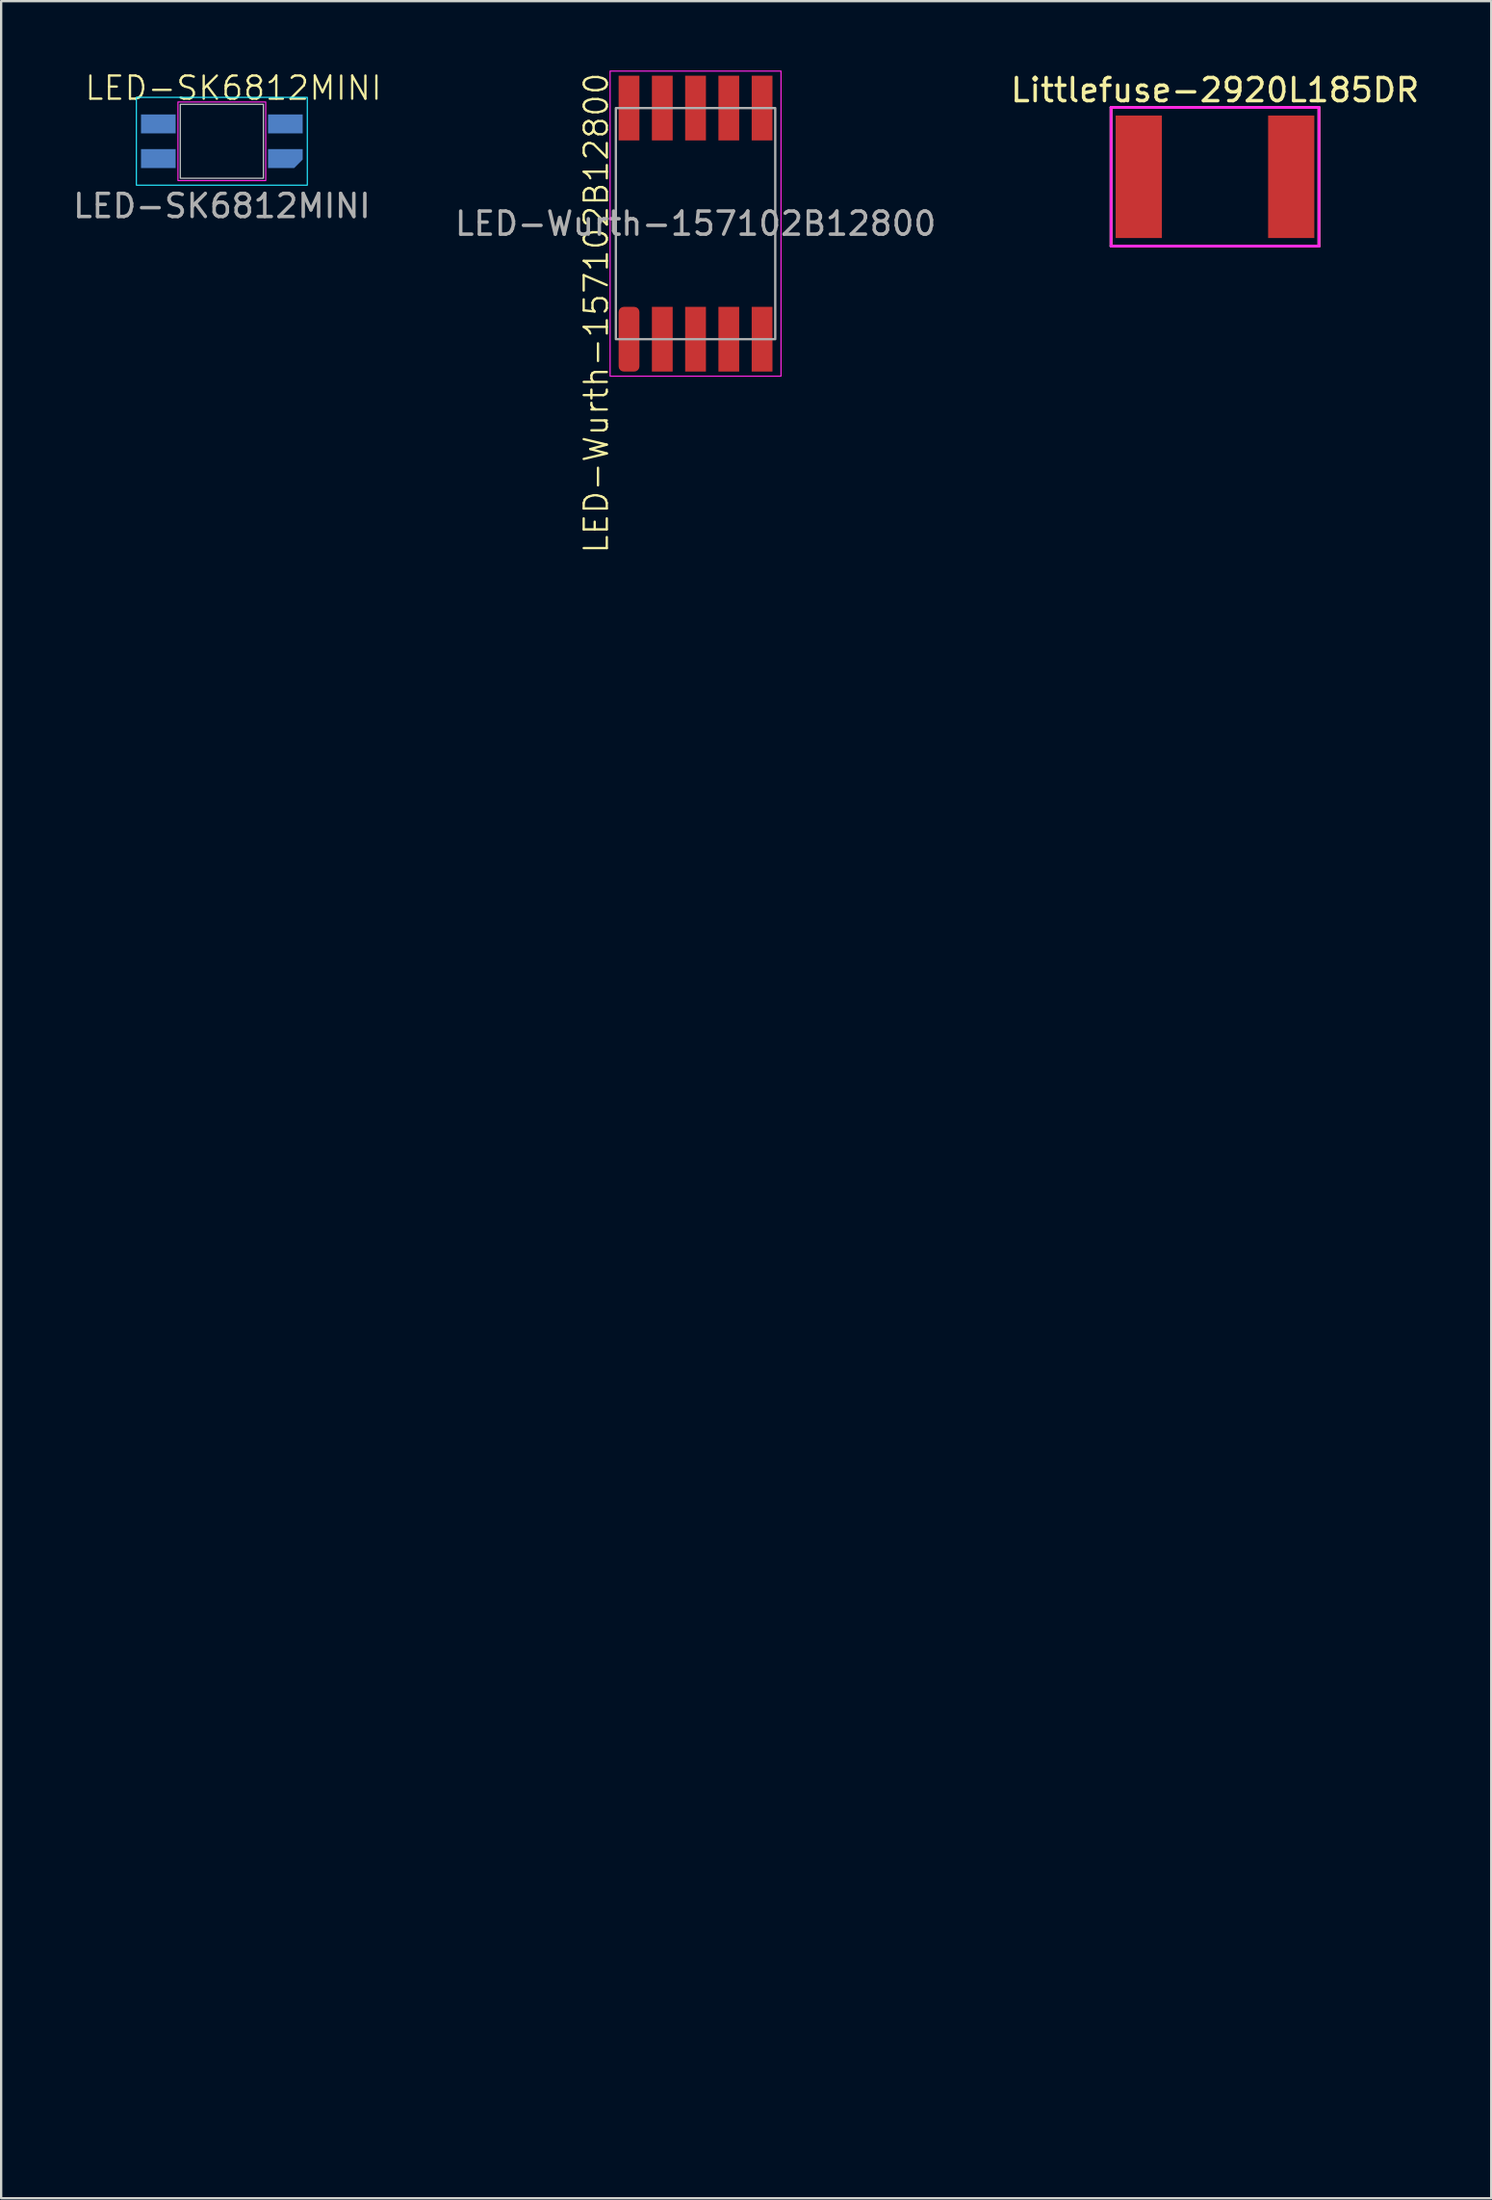
<source format=kicad_pcb>
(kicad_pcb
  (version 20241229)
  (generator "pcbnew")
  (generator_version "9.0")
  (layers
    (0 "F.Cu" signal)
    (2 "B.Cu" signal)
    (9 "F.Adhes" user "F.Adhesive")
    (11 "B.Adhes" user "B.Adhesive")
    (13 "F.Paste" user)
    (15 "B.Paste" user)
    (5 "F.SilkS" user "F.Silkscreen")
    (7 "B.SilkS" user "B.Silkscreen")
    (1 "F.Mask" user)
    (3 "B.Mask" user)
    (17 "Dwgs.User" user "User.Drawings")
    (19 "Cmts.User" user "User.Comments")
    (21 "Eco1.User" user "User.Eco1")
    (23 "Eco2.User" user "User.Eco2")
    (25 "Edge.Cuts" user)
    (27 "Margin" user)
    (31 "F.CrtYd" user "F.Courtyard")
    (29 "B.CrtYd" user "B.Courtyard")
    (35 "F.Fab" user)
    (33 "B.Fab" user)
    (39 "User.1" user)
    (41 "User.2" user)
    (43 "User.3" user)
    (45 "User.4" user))
  (footprint "LED-Wurth-157102B12800"
    (layer "F.Cu")
    (at 27.062 6.625)
    (property "Reference" "LED-Wurth-157102B12800" (at -4.3 -6.6 90) (unlocked yes) (layer "F.SilkS") (effects (font (size 1 1) (thickness 0.1)) (justify right)))
    (attr smd)
    (fp_rect (start -3.7 -6.6) (end 3.7 6.6) (stroke (width 0.05) (type default)) (fill no) (layer "F.CrtYd"))
    (fp_rect (start -3.45 -5) (end 3.45 5) (stroke (width 0.1) (type default)) (fill no) (layer "F.Fab"))
    (fp_text user "${REFERENCE}" (at 0 0 0) (unlocked yes) (layer "F.Fab") (effects (font (size 1 1) (thickness 0.15))))
    (pad "1" smd roundrect (at -2.88 5) (size 0.9 2.8) (layers "F.Cu" "F.Mask" "F.Paste") (roundrect_rratio 0.25))
    (pad "2" smd rect (at -1.44 5) (size 0.9 2.8) (layers "F.Cu" "F.Mask" "F.Paste"))
    (pad "3" smd rect (at 0 5) (size 0.9 2.8) (layers "F.Cu" "F.Mask" "F.Paste"))
    (pad "4" smd rect (at 1.44 5) (size 0.9 2.8) (layers "F.Cu" "F.Mask" "F.Paste"))
    (pad "5" smd rect (at 2.88 5) (size 0.9 2.8) (layers "F.Cu" "F.Mask" "F.Paste"))
    (pad "6" smd rect (at 2.88 -5) (size 0.9 2.8) (layers "F.Cu" "F.Mask" "F.Paste"))
    (pad "7" smd rect (at 1.44 -5) (size 0.9 2.8) (layers "F.Cu" "F.Mask" "F.Paste"))
    (pad "8" smd rect (at 0 -5) (size 0.9 2.8) (layers "F.Cu" "F.Mask" "F.Paste"))
    (pad "9" smd rect (at -1.44 -5) (size 0.9 2.8) (layers "F.Cu" "F.Mask" "F.Paste"))
    (pad "10" smd rect (at -2.88 -5) (size 0.9 2.8) (layers "F.Cu" "F.Mask" "F.Paste")))
  (footprint "Littlefuse-2920L185DR"
    (layer "F.Cu")
    (at 49.55 4.598)
    (property "Reference" "Littlefuse-2920L185DR" (at 0 -3.75 0) (layer "F.SilkS") (effects (font (size 1 1) (thickness 0.15))))
    (attr through_hole)
    (fp_line (start -4.5 -3) (end -4.5 3) (stroke (width 0.12) (type solid)) (layer "F.SilkS"))
    (fp_line (start -4.5 3) (end 4.5 3) (stroke (width 0.12) (type solid)) (layer "F.SilkS"))
    (fp_line (start 4.5 -3) (end -4.5 -3) (stroke (width 0.12) (type solid)) (layer "F.SilkS"))
    (fp_line (start 4.5 3) (end 4.5 -3) (stroke (width 0.12) (type solid)) (layer "F.SilkS"))
    (fp_line (start -4.5 -3) (end 4.5 -3) (stroke (width 0.12) (type solid)) (layer "F.CrtYd"))
    (fp_line (start -4.5 3) (end -4.5 -3) (stroke (width 0.12) (type solid)) (layer "F.CrtYd"))
    (fp_line (start 4.5 -3) (end 4.5 3) (stroke (width 0.12) (type solid)) (layer "F.CrtYd"))
    (fp_line (start 4.5 3) (end -4.5 3) (stroke (width 0.12) (type solid)) (layer "F.CrtYd"))
    (pad "1" smd rect (at -2.3 0) (size 2 5.3) (drill (offset -1 0)) (layers "F.Cu" "F.Mask" "F.Paste"))
    (pad "2" smd rect (at 2.3 0) (size 2 5.3) (drill (offset 1 0)) (layers "F.Cu" "F.Mask" "F.Paste")))
  (footprint "LED-SK6812MINI"
    (layer "F.Cu")
    (at 6.554 3.061)
    (property "Reference" "LED-SK6812MINI" (at 0.5 -2.3 0) (unlocked yes) (layer "F.SilkS") (effects (font (size 1 1) (thickness 0.1))))
    (attr smd)
    (fp_rect (start -1.8 -1.6) (end 1.8 1.6) (stroke (width 0.05) (type default)) (fill no) (layer "Edge.Cuts"))
    (fp_rect (start -3.7 -1.9) (end 3.7 1.9) (stroke (width 0.05) (type default)) (fill no) (layer "B.CrtYd"))
    (fp_rect (start -1.9 -1.7) (end 1.9 1.7) (stroke (width 0.05) (type default)) (fill no) (layer "F.CrtYd"))
    (fp_text user "${REFERENCE}" (at 0 2.8 0) (unlocked yes) (layer "F.Fab") (effects (font (size 1 1) (thickness 0.15))))
    (pad "1" smd rect (at -2.75 -0.75) (size 1.5 0.82) (layers "B.Cu" "B.Mask" "B.Paste"))
    (pad "2" smd rect (at -2.75 0.75) (size 1.5 0.82) (layers "B.Cu" "B.Mask" "B.Paste"))
    (pad "3" smd roundrect (at 2.75 0.75) (size 1.5 0.82) (layers "B.Cu" "B.Mask" "B.Paste") (roundrect_rratio 0) (chamfer_ratio 0.45) (chamfer bottom_right))
    (pad "4" smd rect (at 2.75 -0.75) (size 1.5 0.82) (layers "B.Cu" "B.Mask" "B.Paste")))
  (footprint "Module-SOC-Raspberry_Pi_Zero_2_W"
    (layer "F.Cu")
    (at 15.06 56.495)
    (property "Reference" "Module-SOC-Raspberry_Pi_Zero_2_W" (at 4.1 -3.85 0) (unlocked yes) (layer "User.9") (effects (font (size 1 1) (thickness 0.15))))
    (fp_circle (center -7.97 23.44) (end -7.97 22.94) (stroke (width 0.12) (type default)) (fill no) (layer "User.8"))
    (fp_circle (center -7.69 -23.82) (end -7.69 -24.32) (stroke (width 0.12) (type default)) (fill no) (layer "User.8"))
    (fp_circle (center -4.55 -7.42) (end -4.55 -7.92) (stroke (width 0.12) (type default)) (fill no) (layer "User.8"))
    (fp_circle (center -4.2 -4.85) (end -4.2 -5.35) (stroke (width 0.12) (type default)) (fill no) (layer "User.8"))
    (fp_circle (center -3.98 -26.25) (end -3.98 -26.75) (stroke (width 0.12) (type default)) (fill no) (layer "User.8"))
    (fp_circle (center 3.65 -23.85) (end 3.65 -24.35) (stroke (width 0.12) (type default)) (fill no) (layer "User.8"))
    (fp_circle (center 6.2 -27.4) (end 6.2 -27.9) (stroke (width 0.12) (type default)) (fill no) (layer "User.8"))
    (fp_circle (center 7.58 7.35) (end 7.58 6.85) (stroke (width 0.12) (type default)) (fill no) (layer "User.8"))
    (fp_circle (center 8.7 -21.34) (end 8.7 -21.84) (stroke (width 0.12) (type default)) (fill no) (layer "User.8"))
    (fp_circle (center 11.31 -21.65) (end 11.31 -22.15) (stroke (width 0.12) (type default)) (fill no) (layer "User.8"))
    (fp_circle (center 11.95 16.83) (end 11.95 16.33) (stroke (width 0.12) (type default)) (fill no) (layer "User.8"))
    (fp_circle (center 12.59 -15.26) (end 12.59 -15.76) (stroke (width 0.12) (type default)) (fill no) (layer "User.8"))
    (fp_circle (center 13.08 -10) (end 13.08 -10.5) (stroke (width 0.12) (type default)) (fill no) (layer "User.8"))
    (fp_circle (center 13.08 -7.87) (end 13.08 -8.37) (stroke (width 0.12) (type default)) (fill no) (layer "User.8"))
    (fp_line (start -15 29.5) (end -15 -29.5) (stroke (width 0.12) (type default)) (layer "User.9"))
    (fp_line (start -12 -32.5) (end 12 -32.5) (stroke (width 0.12) (type default)) (layer "User.9"))
    (fp_line (start 12 32.5) (end -12 32.5) (stroke (width 0.12) (type default)) (layer "User.9"))
    (fp_line (start 15 -29.5) (end 15 29.5) (stroke (width 0.12) (type default)) (layer "User.9"))
    (fp_arc (start -15 -29.5) (mid -14.12132 -31.62132) (end -12 -32.5) (stroke (width 0.12) (type default)) (layer "User.9"))
    (fp_arc (start -12 32.5) (mid -14.12132 31.62132) (end -15 29.5) (stroke (width 0.12) (type default)) (layer "User.9"))
    (fp_arc (start 12 -32.5) (mid 14.12132 -31.62132) (end 15 -29.5) (stroke (width 0.12) (type default)) (layer "User.9"))
    (fp_arc (start 15 29.5) (mid 14.12132 31.62132) (end 12 32.5) (stroke (width 0.12) (type default)) (layer "User.9"))
    (fp_circle (center -12.77 -24.13) (end -12.67 -24.13) (stroke (width 0.12) (type default)) (fill no) (layer "User.9"))
    (fp_circle (center -12.77 -21.59) (end -12.67 -21.59) (stroke (width 0.12) (type default)) (fill no) (layer "User.9"))
    (fp_circle (center -12.77 -19.05) (end -12.67 -19.05) (stroke (width 0.12) (type default)) (fill no) (layer "User.9"))
    (fp_circle (center -12.77 -16.51) (end -12.67 -16.51) (stroke (width 0.12) (type default)) (fill no) (layer "User.9"))
    (fp_circle (center -12.77 -13.97) (end -12.67 -13.97) (stroke (width 0.12) (type default)) (fill no) (layer "User.9"))
    (fp_circle (center -12.77 -11.43) (end -12.67 -11.43) (stroke (width 0.12) (type default)) (fill no) (layer "User.9"))
    (fp_circle (center -12.77 -8.89) (end -12.67 -8.89) (stroke (width 0.12) (type default)) (fill no) (layer "User.9"))
    (fp_circle (center -12.77 -6.35) (end -12.67 -6.35) (stroke (width 0.12) (type default)) (fill no) (layer "User.9"))
    (fp_circle (center -12.77 -3.81) (end -12.67 -3.81) (stroke (width 0.12) (type default)) (fill no) (layer "User.9"))
    (fp_circle (center -12.77 -1.27) (end -12.67 -1.27) (stroke (width 0.12) (type default)) (fill no) (layer "User.9"))
    (fp_circle (center -12.77 1.27) (end -12.67 1.27) (stroke (width 0.12) (type default)) (fill no) (layer "User.9"))
    (fp_circle (center -12.77 3.81) (end -12.67 3.81) (stroke (width 0.12) (type default)) (fill no) (layer "User.9"))
    (fp_circle (center -12.77 6.35) (end -12.67 6.35) (stroke (width 0.12) (type default)) (fill no) (layer "User.9"))
    (fp_circle (center -12.77 8.89) (end -12.67 8.89) (stroke (width 0.12) (type default)) (fill no) (layer "User.9"))
    (fp_circle (center -12.77 11.43) (end -12.67 11.43) (stroke (width 0.12) (type default)) (fill no) (layer "User.9"))
    (fp_circle (center -12.77 13.97) (end -12.67 13.97) (stroke (width 0.12) (type default)) (fill no) (layer "User.9"))
    (fp_circle (center -12.77 16.51) (end -12.67 16.51) (stroke (width 0.12) (type default)) (fill no) (layer "User.9"))
    (fp_circle (center -12.77 19.05) (end -12.67 19.05) (stroke (width 0.12) (type default)) (fill no) (layer "User.9"))
    (fp_circle (center -12.77 21.59) (end -12.67 21.59) (stroke (width 0.12) (type default)) (fill no) (layer "User.9"))
    (fp_circle (center -12.77 24.13) (end -12.67 24.13) (stroke (width 0.12) (type default)) (fill no) (layer "User.9"))
    (fp_circle (center -11.5 -29) (end -10.25 -29) (stroke (width 0.12) (type default)) (fill no) (layer "User.9"))
    (fp_circle (center -11.5 0) (end -11.33 -0.05) (stroke (width 0.12) (type default)) (fill no) (layer "User.9"))
    (fp_circle (center -11.5 29) (end -10.25 29) (stroke (width 0.12) (type default)) (fill no) (layer "User.9"))
    (fp_circle (center -10.23 -24.13) (end -10.13 -24.13) (stroke (width 0.12) (type default)) (fill no) (layer "User.9"))
    (fp_circle (center -10.23 -21.59) (end -10.13 -21.59) (stroke (width 0.12) (type default)) (fill no) (layer "User.9"))
    (fp_circle (center -10.23 -19.05) (end -10.13 -19.05) (stroke (width 0.12) (type default)) (fill no) (layer "User.9"))
    (fp_circle (center -10.23 -16.51) (end -10.13 -16.51) (stroke (width 0.12) (type default)) (fill no) (layer "User.9"))
    (fp_circle (center -10.23 -13.97) (end -10.13 -13.97) (stroke (width 0.12) (type default)) (fill no) (layer "User.9"))
    (fp_circle (center -10.23 -11.43) (end -10.13 -11.43) (stroke (width 0.12) (type default)) (fill no) (layer "User.9"))
    (fp_circle (center -10.23 -8.89) (end -10.13 -8.89) (stroke (width 0.12) (type default)) (fill no) (layer "User.9"))
    (fp_circle (center -10.23 -6.35) (end -10.13 -6.35) (stroke (width 0.12) (type default)) (fill no) (layer "User.9"))
    (fp_circle (center -10.23 -3.81) (end -10.13 -3.81) (stroke (width 0.12) (type default)) (fill no) (layer "User.9"))
    (fp_circle (center -10.23 -1.27) (end -10.13 -1.27) (stroke (width 0.12) (type default)) (fill no) (layer "User.9"))
    (fp_circle (center -10.23 1.27) (end -10.13 1.27) (stroke (width 0.12) (type default)) (fill no) (layer "User.9"))
    (fp_circle (center -10.23 3.81) (end -10.13 3.81) (stroke (width 0.12) (type default)) (fill no) (layer "User.9"))
    (fp_circle (center -10.23 6.35) (end -10.13 6.35) (stroke (width 0.12) (type default)) (fill no) (layer "User.9"))
    (fp_circle (center -10.23 8.89) (end -10.13 8.89) (stroke (width 0.12) (type default)) (fill no) (layer "User.9"))
    (fp_circle (center -10.23 11.43) (end -10.13 11.43) (stroke (width 0.12) (type default)) (fill no) (layer "User.9"))
    (fp_circle (center -10.23 13.97) (end -10.13 13.97) (stroke (width 0.12) (type default)) (fill no) (layer "User.9"))
    (fp_circle (center -10.23 16.51) (end -10.13 16.51) (stroke (width 0.12) (type default)) (fill no) (layer "User.9"))
    (fp_circle (center -10.23 19.05) (end -10.13 19.05) (stroke (width 0.12) (type default)) (fill no) (layer "User.9"))
    (fp_circle (center -10.23 21.59) (end -10.13 21.59) (stroke (width 0.12) (type default)) (fill no) (layer "User.9"))
    (fp_circle (center -10.23 24.13) (end -10.13 24.13) (stroke (width 0.12) (type default)) (fill no) (layer "User.9"))
    (fp_circle (center 11.5 -29) (end 12.75 -29) (stroke (width 0.12) (type default)) (fill no) (layer "User.9"))
    (fp_circle (center 11.5 29) (end 12.75 29) (stroke (width 0.12) (type default)) (fill no) (layer "User.9"))
    (fp_text user "WL_STAT" (at -4.5 -1.15 90) (unlocked yes) (layer "User.8") (effects (font (size 0.5 0.5) (thickness 0.125)) (justify left top)))
    (fp_text user "USB_DM" (at 13.2 -4.25 90) (unlocked yes) (layer "User.8") (effects (font (size 0.5 0.5) (thickness 0.125)) (justify left top)))
    (fp_text user "Status" (at 7.4 -26.45 90) (unlocked yes) (layer "User.8") (effects (font (size 0.5 0.5) (thickness 0.125)) (justify left top)))
    (fp_text user "BT_STAT" (at -4.55 -7.92 90) (unlocked yes) (layer "User.8") (effects (font (size 0.5 0.5) (thickness 0.125)) (justify left top)))
    (fp_text user "USB_DP" (at 13.08 -10.5 90) (unlocked yes) (layer "User.8") (effects (font (size 0.5 0.5) (thickness 0.125)) (justify left top)))
    (fp_text user "5v In" (at 4.9 -23.15 90) (unlocked yes) (layer "User.8") (effects (font (size 0.5 0.5) (thickness 0.125)) (justify left top)))
    (fp_text user "GND" (at 11 -22.65 90) (unlocked yes) (layer "User.8") (effects (font (size 0.5 0.5) (thickness 0.125)) (justify left top)))
    (fp_text user "GND" (at 12.3 -15.95 90) (unlocked yes) (layer "User.8") (effects (font (size 0.5 0.5) (thickness 0.125)) (justify left top)))
    (fp_text user "GND" (at -8.2 25.75 90) (unlocked yes) (layer "User.8") (effects (font (size 0.5 0.5) (thickness 0.125)) (justify left top)))
    (fp_text user "Run" (at -6.9 -23.05 90) (unlocked yes) (layer "User.8") (effects (font (size 0.5 0.5) (thickness 0.15)) (justify left top)))
    (fp_text user "GND" (at 11.7 15.95 90) (unlocked yes) (layer "User.8") (effects (font (size 0.5 0.5) (thickness 0.125)) (justify left top)))
    (fp_text user "5v In" (at 8.3 -18.65 90) (unlocked yes) (layer "User.8") (effects (font (size 0.5 0.5) (thickness 0.125)) (justify left top)))
    (fp_text user "OTG" (at 7.58 6.85 90) (unlocked yes) (layer "User.8") (effects (font (size 0.5 0.5) (thickness 0.125)) (justify left top)))
    (fp_text user "Core" (at -3.2 -25.45 90) (unlocked yes) (layer "User.8") (effects (font (size 0.5 0.5) (thickness 0.125)) (justify left top)))
    (fp_text user "Pin 1" (at -10.33 24.13 0) (unlocked yes) (layer "User.9") (effects (font (size 0.2 0.2) (thickness 0.05)) (justify right))))
  (gr_rect
    (start -3 -3)
    (end 61.508 92.055)
    (stroke (width 0.1) (type default))
    (fill no)
    (layer "Edge.Cuts")))
</source>
